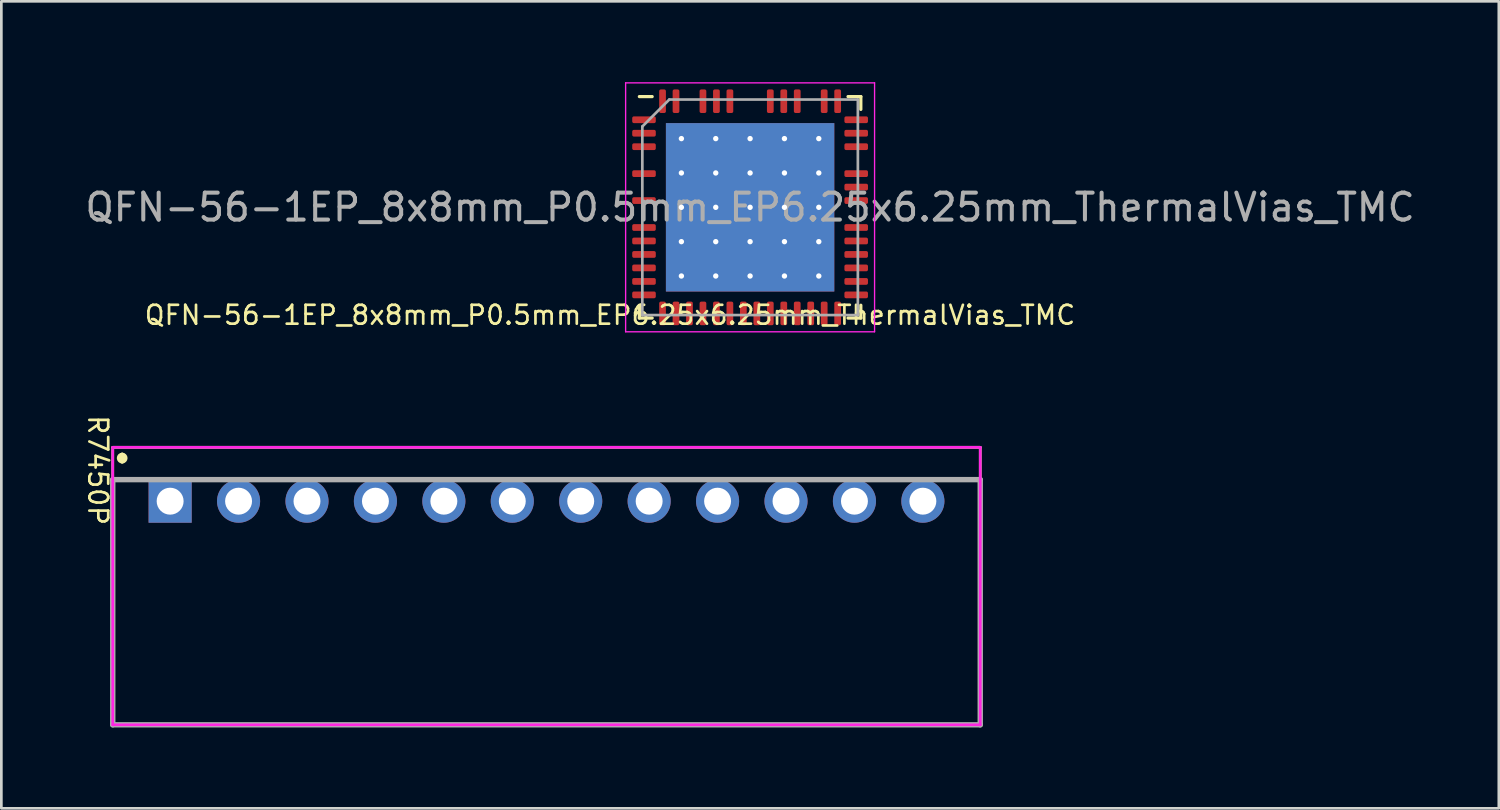
<source format=kicad_pcb>
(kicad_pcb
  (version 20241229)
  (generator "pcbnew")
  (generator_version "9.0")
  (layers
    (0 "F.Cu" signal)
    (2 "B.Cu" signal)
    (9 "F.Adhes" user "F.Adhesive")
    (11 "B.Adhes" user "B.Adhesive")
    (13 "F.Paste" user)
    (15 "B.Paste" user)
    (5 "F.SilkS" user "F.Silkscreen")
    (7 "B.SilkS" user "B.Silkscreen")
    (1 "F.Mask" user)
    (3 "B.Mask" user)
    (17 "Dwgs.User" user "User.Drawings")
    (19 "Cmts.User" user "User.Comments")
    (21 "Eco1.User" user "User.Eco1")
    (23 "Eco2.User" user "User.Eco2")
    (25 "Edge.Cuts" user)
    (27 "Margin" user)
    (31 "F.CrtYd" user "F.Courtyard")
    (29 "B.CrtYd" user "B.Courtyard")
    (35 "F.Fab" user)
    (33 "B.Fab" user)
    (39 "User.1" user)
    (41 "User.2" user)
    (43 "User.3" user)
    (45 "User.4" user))
  (footprint "QFN-56-1EP_8x8mm_P0.5mm_EP6.25x6.25mm_ThermalVias_TMC"
    (layer "F.Cu")
    (at 24.792 4.645)
    (property "Reference" "QFN-56-1EP_8x8mm_P0.5mm_EP6.25x6.25mm_ThermalVias_TMC" (at -5.2 4 0) (unlocked yes) (layer "F.SilkS") (effects (font (size 0.7 0.7) (thickness 0.1))))
    (attr smd)
    (fp_line (start -4.11 4.11) (end -4.11 3.635) (stroke (width 0.12) (type solid)) (layer "F.SilkS"))
    (fp_line (start -3.635 -4.11) (end -4.11 -4.11) (stroke (width 0.12) (type solid)) (layer "F.SilkS"))
    (fp_line (start -3.635 4.11) (end -4.11 4.11) (stroke (width 0.12) (type solid)) (layer "F.SilkS"))
    (fp_line (start 3.635 -4.11) (end 4.11 -4.11) (stroke (width 0.12) (type solid)) (layer "F.SilkS"))
    (fp_line (start 3.635 4.11) (end 4.11 4.11) (stroke (width 0.12) (type solid)) (layer "F.SilkS"))
    (fp_line (start 4.11 -4.11) (end 4.11 -3.635) (stroke (width 0.12) (type solid)) (layer "F.SilkS"))
    (fp_line (start 4.11 4.11) (end 4.11 3.635) (stroke (width 0.12) (type solid)) (layer "F.SilkS"))
    (fp_line (start -4.62 -4.62) (end -4.62 4.62) (stroke (width 0.05) (type solid)) (layer "F.CrtYd"))
    (fp_line (start -4.62 4.62) (end 4.62 4.62) (stroke (width 0.05) (type solid)) (layer "F.CrtYd"))
    (fp_line (start 4.62 -4.62) (end -4.62 -4.62) (stroke (width 0.05) (type solid)) (layer "F.CrtYd"))
    (fp_line (start 4.62 4.62) (end 4.62 -4.62) (stroke (width 0.05) (type solid)) (layer "F.CrtYd"))
    (fp_line (start -4 -3) (end -3 -4) (stroke (width 0.1) (type solid)) (layer "F.Fab"))
    (fp_line (start -4 4) (end -4 -3) (stroke (width 0.1) (type solid)) (layer "F.Fab"))
    (fp_line (start -3 -4) (end 4 -4) (stroke (width 0.1) (type solid)) (layer "F.Fab"))
    (fp_line (start 4 -4) (end 4 4) (stroke (width 0.1) (type solid)) (layer "F.Fab"))
    (fp_line (start 4 4) (end -4 4) (stroke (width 0.1) (type solid)) (layer "F.Fab"))
    (fp_text user "${REFERENCE}" (at 0 0 0) (unlocked yes) (layer "F.Fab") (effects (font (size 1 1) (thickness 0.15))))
    (pad "" smd roundrect (at -1.913 -1.913) (size 1.084 1.084) (layers "F.Mask" "F.Paste") (roundrect_rratio 0.231))
    (pad "" smd roundrect (at -1.913 -0.637) (size 1.084 1.084) (layers "F.Mask" "F.Paste") (roundrect_rratio 0.231))
    (pad "" smd roundrect (at -1.913 0.637) (size 1.084 1.084) (layers "F.Mask" "F.Paste") (roundrect_rratio 0.231))
    (pad "" smd roundrect (at -1.913 1.913) (size 1.084 1.084) (layers "F.Mask" "F.Paste") (roundrect_rratio 0.231))
    (pad "" smd roundrect (at -0.637 -1.913) (size 1.084 1.084) (layers "F.Mask" "F.Paste") (roundrect_rratio 0.231))
    (pad "" smd roundrect (at -0.637 -0.637) (size 1.084 1.084) (layers "F.Mask" "F.Paste") (roundrect_rratio 0.231))
    (pad "" smd roundrect (at -0.637 0.637) (size 1.084 1.084) (layers "F.Mask" "F.Paste") (roundrect_rratio 0.231))
    (pad "" smd roundrect (at -0.637 1.913) (size 1.084 1.084) (layers "F.Mask" "F.Paste") (roundrect_rratio 0.231))
    (pad "" smd roundrect (at 0.637 -1.913) (size 1.084 1.084) (layers "F.Mask" "F.Paste") (roundrect_rratio 0.231))
    (pad "" smd roundrect (at 0.637 -0.637) (size 1.084 1.084) (layers "F.Mask" "F.Paste") (roundrect_rratio 0.231))
    (pad "" smd roundrect (at 0.637 0.637) (size 1.084 1.084) (layers "F.Mask" "F.Paste") (roundrect_rratio 0.231))
    (pad "" smd roundrect (at 0.637 1.913) (size 1.084 1.084) (layers "F.Mask" "F.Paste") (roundrect_rratio 0.231))
    (pad "" smd roundrect (at 1.913 -1.913) (size 1.084 1.084) (layers "F.Mask" "F.Paste") (roundrect_rratio 0.231))
    (pad "" smd roundrect (at 1.913 -0.637) (size 1.084 1.084) (layers "F.Mask" "F.Paste") (roundrect_rratio 0.231))
    (pad "" smd roundrect (at 1.913 0.637) (size 1.084 1.084) (layers "F.Mask" "F.Paste") (roundrect_rratio 0.231))
    (pad "" smd roundrect (at 1.913 1.913) (size 1.084 1.084) (layers "F.Mask" "F.Paste") (roundrect_rratio 0.231))
    (pad "1" smd roundrect (at -3.938 -3.25) (size 0.875 0.25) (layers "F.Cu" "F.Mask" "F.Paste") (roundrect_rratio 0.25))
    (pad "2" smd roundrect (at -3.938 -2.75) (size 0.875 0.25) (layers "F.Cu" "F.Mask" "F.Paste") (roundrect_rratio 0.25))
    (pad "3" smd roundrect (at -3.938 -2.25) (size 0.875 0.25) (layers "F.Cu" "F.Mask" "F.Paste") (roundrect_rratio 0.25))
    (pad "4" smd roundrect (at -3.938 -1.25) (size 0.875 0.25) (layers "F.Cu" "F.Mask" "F.Paste") (roundrect_rratio 0.25))
    (pad "5" smd roundrect (at -3.938 -0.25) (size 0.875 0.25) (layers "F.Cu" "F.Mask" "F.Paste") (roundrect_rratio 0.25))
    (pad "6" smd roundrect (at -3.938 0.75) (size 0.875 0.25) (layers "F.Cu" "F.Mask" "F.Paste") (roundrect_rratio 0.25))
    (pad "7" smd roundrect (at -3.938 1.25) (size 0.875 0.25) (layers "F.Cu" "F.Mask" "F.Paste") (roundrect_rratio 0.25))
    (pad "8" smd roundrect (at -3.938 1.75) (size 0.875 0.25) (layers "F.Cu" "F.Mask" "F.Paste") (roundrect_rratio 0.25))
    (pad "9" smd roundrect (at -3.938 2.25) (size 0.875 0.25) (layers "F.Cu" "F.Mask" "F.Paste") (roundrect_rratio 0.25))
    (pad "10" smd roundrect (at -3.938 2.75) (size 0.875 0.25) (layers "F.Cu" "F.Mask" "F.Paste") (roundrect_rratio 0.25))
    (pad "11" smd roundrect (at -3.938 3.25) (size 0.875 0.25) (layers "F.Cu" "F.Mask" "F.Paste") (roundrect_rratio 0.25))
    (pad "12" smd roundrect (at -3.25 3.938) (size 0.25 0.875) (layers "F.Cu" "F.Mask" "F.Paste") (roundrect_rratio 0.25))
    (pad "13" smd roundrect (at -2.75 3.938) (size 0.25 0.875) (layers "F.Cu" "F.Mask" "F.Paste") (roundrect_rratio 0.25))
    (pad "14" smd roundrect (at -2.25 3.938) (size 0.25 0.875) (layers "F.Cu" "F.Mask" "F.Paste") (roundrect_rratio 0.25))
    (pad "15" smd roundrect (at -1.75 3.938) (size 0.25 0.875) (layers "F.Cu" "F.Mask" "F.Paste") (roundrect_rratio 0.25))
    (pad "16" smd roundrect (at -1.25 3.938) (size 0.25 0.875) (layers "F.Cu" "F.Mask" "F.Paste") (roundrect_rratio 0.25))
    (pad "17" smd roundrect (at -0.75 3.938) (size 0.25 0.875) (layers "F.Cu" "F.Mask" "F.Paste") (roundrect_rratio 0.25))
    (pad "18" smd roundrect (at -0.25 3.938) (size 0.25 0.875) (layers "F.Cu" "F.Mask" "F.Paste") (roundrect_rratio 0.25))
    (pad "19" smd roundrect (at 0.25 3.938) (size 0.25 0.875) (layers "F.Cu" "F.Mask" "F.Paste") (roundrect_rratio 0.25))
    (pad "20" smd roundrect (at 0.75 3.938) (size 0.25 0.875) (layers "F.Cu" "F.Mask" "F.Paste") (roundrect_rratio 0.25))
    (pad "21" smd roundrect (at 1.25 3.938) (size 0.25 0.875) (layers "F.Cu" "F.Mask" "F.Paste") (roundrect_rratio 0.25))
    (pad "22" smd roundrect (at 1.75 3.938) (size 0.25 0.875) (layers "F.Cu" "F.Mask" "F.Paste") (roundrect_rratio 0.25))
    (pad "23" smd roundrect (at 2.25 3.938) (size 0.25 0.875) (layers "F.Cu" "F.Mask" "F.Paste") (roundrect_rratio 0.25))
    (pad "24" smd roundrect (at 2.75 3.938) (size 0.25 0.875) (layers "F.Cu" "F.Mask" "F.Paste") (roundrect_rratio 0.25))
    (pad "25" smd roundrect (at 3.25 3.938) (size 0.25 0.875) (layers "F.Cu" "F.Mask" "F.Paste") (roundrect_rratio 0.25))
    (pad "26" smd roundrect (at 3.938 3.25) (size 0.875 0.25) (layers "F.Cu" "F.Mask" "F.Paste") (roundrect_rratio 0.25))
    (pad "27" smd roundrect (at 3.938 2.75) (size 0.875 0.25) (layers "F.Cu" "F.Mask" "F.Paste") (roundrect_rratio 0.25))
    (pad "28" smd roundrect (at 3.938 2.25) (size 0.875 0.25) (layers "F.Cu" "F.Mask" "F.Paste") (roundrect_rratio 0.25))
    (pad "29" smd roundrect (at 3.938 1.75) (size 0.875 0.25) (layers "F.Cu" "F.Mask" "F.Paste") (roundrect_rratio 0.25))
    (pad "30" smd roundrect (at 3.938 1.25) (size 0.875 0.25) (layers "F.Cu" "F.Mask" "F.Paste") (roundrect_rratio 0.25))
    (pad "31" smd roundrect (at 3.938 0.75) (size 0.875 0.25) (layers "F.Cu" "F.Mask" "F.Paste") (roundrect_rratio 0.25))
    (pad "32" smd roundrect (at 3.938 -0.25) (size 0.875 0.25) (layers "F.Cu" "F.Mask" "F.Paste") (roundrect_rratio 0.25))
    (pad "33" smd roundrect (at 3.938 -0.75) (size 0.875 0.25) (layers "F.Cu" "F.Mask" "F.Paste") (roundrect_rratio 0.25))
    (pad "34" smd roundrect (at 3.938 -1.25) (size 0.875 0.25) (layers "F.Cu" "F.Mask" "F.Paste") (roundrect_rratio 0.25))
    (pad "35" smd roundrect (at 3.938 -2.25) (size 0.875 0.25) (layers "F.Cu" "F.Mask" "F.Paste") (roundrect_rratio 0.25))
    (pad "36" smd roundrect (at 3.938 -2.75) (size 0.875 0.25) (layers "F.Cu" "F.Mask" "F.Paste") (roundrect_rratio 0.25))
    (pad "37" smd roundrect (at 3.938 -3.25) (size 0.875 0.25) (layers "F.Cu" "F.Mask" "F.Paste") (roundrect_rratio 0.25))
    (pad "38" smd roundrect (at 3.25 -3.938) (size 0.25 0.875) (layers "F.Cu" "F.Mask" "F.Paste") (roundrect_rratio 0.25))
    (pad "39" smd roundrect (at 2.75 -3.938) (size 0.25 0.875) (layers "F.Cu" "F.Mask" "F.Paste") (roundrect_rratio 0.25))
    (pad "40" smd roundrect (at 1.75 -3.938) (size 0.25 0.875) (layers "F.Cu" "F.Mask" "F.Paste") (roundrect_rratio 0.25))
    (pad "41" smd roundrect (at 1.25 -3.938) (size 0.25 0.875) (layers "F.Cu" "F.Mask" "F.Paste") (roundrect_rratio 0.25))
    (pad "42" smd roundrect (at 0.75 -3.938) (size 0.25 0.875) (layers "F.Cu" "F.Mask" "F.Paste") (roundrect_rratio 0.25))
    (pad "43" smd roundrect (at -0.75 -3.938) (size 0.25 0.875) (layers "F.Cu" "F.Mask" "F.Paste") (roundrect_rratio 0.25))
    (pad "44" smd roundrect (at -1.25 -3.938) (size 0.25 0.875) (layers "F.Cu" "F.Mask" "F.Paste") (roundrect_rratio 0.25))
    (pad "45" smd roundrect (at -1.75 -3.938) (size 0.25 0.875) (layers "F.Cu" "F.Mask" "F.Paste") (roundrect_rratio 0.25))
    (pad "46" smd roundrect (at -2.75 -3.938) (size 0.25 0.875) (layers "F.Cu" "F.Mask" "F.Paste") (roundrect_rratio 0.25))
    (pad "47" smd roundrect (at -3.25 -3.938) (size 0.25 0.875) (layers "F.Cu" "F.Mask" "F.Paste") (roundrect_rratio 0.25))
    (pad "48" thru_hole circle (at -2.55 -2.55) (size 0.5 0.5) (drill 0.2) (layers "*.Cu"))
    (pad "48" thru_hole circle (at -2.55 -1.275) (size 0.5 0.5) (drill 0.2) (layers "*.Cu"))
    (pad "48" thru_hole circle (at -2.55 0) (size 0.5 0.5) (drill 0.2) (layers "*.Cu"))
    (pad "48" thru_hole circle (at -2.55 1.275) (size 0.5 0.5) (drill 0.2) (layers "*.Cu"))
    (pad "48" thru_hole circle (at -2.55 2.55) (size 0.5 0.5) (drill 0.2) (layers "*.Cu"))
    (pad "48" thru_hole circle (at -1.275 -2.55) (size 0.5 0.5) (drill 0.2) (layers "*.Cu"))
    (pad "48" thru_hole circle (at -1.275 -1.275) (size 0.5 0.5) (drill 0.2) (layers "*.Cu"))
    (pad "48" thru_hole circle (at -1.275 0) (size 0.5 0.5) (drill 0.2) (layers "*.Cu"))
    (pad "48" thru_hole circle (at -1.275 1.275) (size 0.5 0.5) (drill 0.2) (layers "*.Cu"))
    (pad "48" thru_hole circle (at -1.275 2.55) (size 0.5 0.5) (drill 0.2) (layers "*.Cu"))
    (pad "48" thru_hole circle (at 0 -2.55) (size 0.5 0.5) (drill 0.2) (layers "*.Cu"))
    (pad "48" thru_hole circle (at 0 -1.275) (size 0.5 0.5) (drill 0.2) (layers "*.Cu"))
    (pad "48" thru_hole circle (at 0 0) (size 0.5 0.5) (drill 0.2) (layers "*.Cu"))
    (pad "48" smd rect (at 0 0) (size 6.25 6.25) (layers "F.Cu" "F.Mask"))
    (pad "48" smd rect (at 0 0) (size 6.25 6.25) (layers "B.Cu" "B.Mask"))
    (pad "48" thru_hole circle (at 0 1.275) (size 0.5 0.5) (drill 0.2) (layers "*.Cu"))
    (pad "48" thru_hole circle (at 0 2.55) (size 0.5 0.5) (drill 0.2) (layers "*.Cu"))
    (pad "48" thru_hole circle (at 1.275 -2.55) (size 0.5 0.5) (drill 0.2) (layers "*.Cu"))
    (pad "48" thru_hole circle (at 1.275 -1.275) (size 0.5 0.5) (drill 0.2) (layers "*.Cu"))
    (pad "48" thru_hole circle (at 1.275 0) (size 0.5 0.5) (drill 0.2) (layers "*.Cu"))
    (pad "48" thru_hole circle (at 1.275 1.275) (size 0.5 0.5) (drill 0.2) (layers "*.Cu"))
    (pad "48" thru_hole circle (at 1.275 2.55) (size 0.5 0.5) (drill 0.2) (layers "*.Cu"))
    (pad "48" thru_hole circle (at 2.55 -2.55) (size 0.5 0.5) (drill 0.2) (layers "*.Cu"))
    (pad "48" thru_hole circle (at 2.55 -1.275) (size 0.5 0.5) (drill 0.2) (layers "*.Cu"))
    (pad "48" thru_hole circle (at 2.55 0) (size 0.5 0.5) (drill 0.2) (layers "*.Cu"))
    (pad "48" thru_hole circle (at 2.55 1.275) (size 0.5 0.5) (drill 0.2) (layers "*.Cu"))
    (pad "48" thru_hole circle (at 2.55 2.55) (size 0.5 0.5) (drill 0.2) (layers "*.Cu")))
  (footprint "R7450P"
    (layer "F.Cu")
    (at 17.235 15.553)
    (property "Reference" "R7450P" (at -16.65 -1.15 270) (unlocked yes) (layer "F.SilkS") (effects (font (size 0.7 0.7) (thickness 0.1))))
    (attr through_hole)
    (fp_line (start -16.1 -2) (end -16.1 8.3) (stroke (width 0.1) (type solid)) (layer "F.SilkS"))
    (fp_line (start -16.1 8.3) (end 16.1 8.3) (stroke (width 0.1) (type solid)) (layer "F.SilkS"))
    (fp_line (start -15.75 -1.7) (end -15.75 -1.7) (stroke (width 0.2) (type solid)) (layer "F.SilkS"))
    (fp_line (start -15.75 -1.5) (end -15.75 -1.5) (stroke (width 0.2) (type solid)) (layer "F.SilkS"))
    (fp_line (start 16.1 -2) (end -16.1 -2) (stroke (width 0.1) (type solid)) (layer "F.SilkS"))
    (fp_line (start 16.1 8.3) (end 16.1 -2) (stroke (width 0.1) (type solid)) (layer "F.SilkS"))
    (fp_arc (start -15.75 -1.7) (mid -15.65 -1.6) (end -15.75 -1.5) (stroke (width 0.2) (type solid)) (layer "F.SilkS"))
    (fp_arc (start -15.75 -1.5) (mid -15.85 -1.6) (end -15.75 -1.7) (stroke (width 0.2) (type solid)) (layer "F.SilkS"))
    (fp_line (start -16.1 -2) (end 16.1 -2) (stroke (width 0.1) (type solid)) (layer "F.CrtYd"))
    (fp_line (start -16.1 8.3) (end -16.1 -2) (stroke (width 0.1) (type solid)) (layer "F.CrtYd"))
    (fp_line (start 16.1 -2) (end 16.1 8.3) (stroke (width 0.1) (type solid)) (layer "F.CrtYd"))
    (fp_line (start 16.1 8.3) (end -16.1 8.3) (stroke (width 0.1) (type solid)) (layer "F.CrtYd"))
    (fp_line (start -16.1 -0.8) (end 16.1 -0.8) (stroke (width 0.2) (type solid)) (layer "F.Fab"))
    (fp_line (start -16.1 8.3) (end -16.1 -0.8) (stroke (width 0.2) (type solid)) (layer "F.Fab"))
    (fp_line (start 16.1 -0.8) (end 16.1 8.3) (stroke (width 0.2) (type solid)) (layer "F.Fab"))
    (fp_line (start 16.1 8.3) (end -16.1 8.3) (stroke (width 0.2) (type solid)) (layer "F.Fab"))
    (pad "1" thru_hole rect (at -13.97 0) (size 1.6 1.6) (drill 1) (layers "*.Cu" "*.Mask"))
    (pad "2" thru_hole circle (at -11.43 0) (size 1.6 1.6) (drill 1) (layers "*.Cu" "*.Mask"))
    (pad "3" thru_hole circle (at -8.89 0) (size 1.6 1.6) (drill 1) (layers "*.Cu" "*.Mask"))
    (pad "4" thru_hole circle (at -6.35 0) (size 1.6 1.6) (drill 1) (layers "*.Cu" "*.Mask"))
    (pad "5" thru_hole circle (at -3.81 0) (size 1.6 1.6) (drill 1) (layers "*.Cu" "*.Mask"))
    (pad "6" thru_hole circle (at -1.27 0) (size 1.6 1.6) (drill 1) (layers "*.Cu" "*.Mask"))
    (pad "7" thru_hole circle (at 1.27 0) (size 1.6 1.6) (drill 1) (layers "*.Cu" "*.Mask"))
    (pad "8" thru_hole circle (at 3.81 0) (size 1.6 1.6) (drill 1) (layers "*.Cu" "*.Mask"))
    (pad "9" thru_hole circle (at 6.35 0) (size 1.6 1.6) (drill 1) (layers "*.Cu" "*.Mask"))
    (pad "10" thru_hole circle (at 8.89 0) (size 1.6 1.6) (drill 1) (layers "*.Cu" "*.Mask"))
    (pad "11" thru_hole circle (at 11.43 0) (size 1.6 1.6) (drill 1) (layers "*.Cu" "*.Mask"))
    (pad "12" thru_hole circle (at 13.97 0) (size 1.6 1.6) (drill 1) (layers "*.Cu" "*.Mask")))
  (gr_rect
    (start -3 -3)
    (end 52.583 26.953)
    (stroke (width 0.1) (type default))
    (fill no)
    (layer "Edge.Cuts")))
</source>
